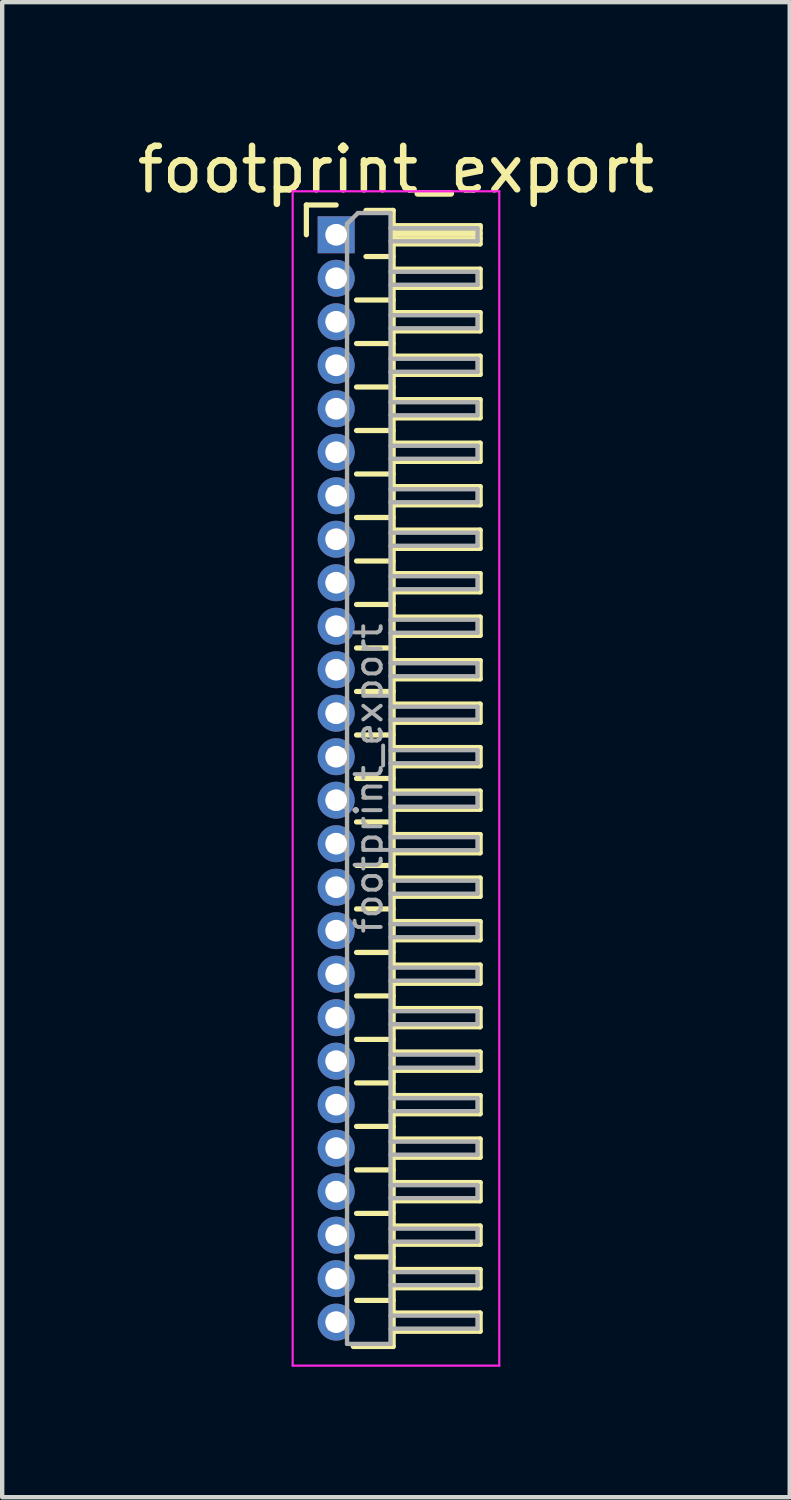
<source format=kicad_pcb>
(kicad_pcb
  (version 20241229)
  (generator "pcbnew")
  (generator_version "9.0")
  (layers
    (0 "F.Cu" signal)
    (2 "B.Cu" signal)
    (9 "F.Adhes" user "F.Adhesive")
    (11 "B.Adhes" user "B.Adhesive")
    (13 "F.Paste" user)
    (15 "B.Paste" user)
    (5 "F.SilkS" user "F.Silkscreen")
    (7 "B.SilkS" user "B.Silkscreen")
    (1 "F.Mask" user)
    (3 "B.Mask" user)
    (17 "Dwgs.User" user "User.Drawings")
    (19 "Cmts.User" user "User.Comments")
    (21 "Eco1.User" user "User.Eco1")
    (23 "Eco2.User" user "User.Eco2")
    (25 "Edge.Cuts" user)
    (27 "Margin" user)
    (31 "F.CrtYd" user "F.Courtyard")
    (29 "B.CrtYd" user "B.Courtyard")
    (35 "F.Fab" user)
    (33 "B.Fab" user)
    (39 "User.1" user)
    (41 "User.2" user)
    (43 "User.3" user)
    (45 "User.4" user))
  (footprint "footprint_export"
    (layer "F.Cu")
    (at 4.679 2.348)
    (property "Reference" "footprint_export" (at 1.375 -1.5 0) (layer "F.SilkS") (effects (font (size 1 1) (thickness 0.15))))
    (attr through_hole)
    (fp_line (start -0.685 -0.685) (end 0 -0.685) (stroke (width 0.12) (type solid)) (layer "F.SilkS"))
    (fp_line (start -0.685 0) (end -0.685 -0.685) (stroke (width 0.12) (type solid)) (layer "F.SilkS"))
    (fp_line (start 0.468 1.5) (end 1.31 1.5) (stroke (width 0.12) (type solid)) (layer "F.SilkS"))
    (fp_line (start 0.468 2.5) (end 1.31 2.5) (stroke (width 0.12) (type solid)) (layer "F.SilkS"))
    (fp_line (start 0.468 3.5) (end 1.31 3.5) (stroke (width 0.12) (type solid)) (layer "F.SilkS"))
    (fp_line (start 0.468 4.5) (end 1.31 4.5) (stroke (width 0.12) (type solid)) (layer "F.SilkS"))
    (fp_line (start 0.468 5.5) (end 1.31 5.5) (stroke (width 0.12) (type solid)) (layer "F.SilkS"))
    (fp_line (start 0.468 6.5) (end 1.31 6.5) (stroke (width 0.12) (type solid)) (layer "F.SilkS"))
    (fp_line (start 0.468 7.5) (end 1.31 7.5) (stroke (width 0.12) (type solid)) (layer "F.SilkS"))
    (fp_line (start 0.468 8.5) (end 1.31 8.5) (stroke (width 0.12) (type solid)) (layer "F.SilkS"))
    (fp_line (start 0.468 9.5) (end 1.31 9.5) (stroke (width 0.12) (type solid)) (layer "F.SilkS"))
    (fp_line (start 0.468 10.5) (end 1.31 10.5) (stroke (width 0.12) (type solid)) (layer "F.SilkS"))
    (fp_line (start 0.468 11.5) (end 1.31 11.5) (stroke (width 0.12) (type solid)) (layer "F.SilkS"))
    (fp_line (start 0.468 12.5) (end 1.31 12.5) (stroke (width 0.12) (type solid)) (layer "F.SilkS"))
    (fp_line (start 0.468 13.5) (end 1.31 13.5) (stroke (width 0.12) (type solid)) (layer "F.SilkS"))
    (fp_line (start 0.468 14.5) (end 1.31 14.5) (stroke (width 0.12) (type solid)) (layer "F.SilkS"))
    (fp_line (start 0.468 15.5) (end 1.31 15.5) (stroke (width 0.12) (type solid)) (layer "F.SilkS"))
    (fp_line (start 0.468 16.5) (end 1.31 16.5) (stroke (width 0.12) (type solid)) (layer "F.SilkS"))
    (fp_line (start 0.468 17.5) (end 1.31 17.5) (stroke (width 0.12) (type solid)) (layer "F.SilkS"))
    (fp_line (start 0.468 18.5) (end 1.31 18.5) (stroke (width 0.12) (type solid)) (layer "F.SilkS"))
    (fp_line (start 0.468 19.5) (end 1.31 19.5) (stroke (width 0.12) (type solid)) (layer "F.SilkS"))
    (fp_line (start 0.468 20.5) (end 1.31 20.5) (stroke (width 0.12) (type solid)) (layer "F.SilkS"))
    (fp_line (start 0.468 21.5) (end 1.31 21.5) (stroke (width 0.12) (type solid)) (layer "F.SilkS"))
    (fp_line (start 0.468 22.5) (end 1.31 22.5) (stroke (width 0.12) (type solid)) (layer "F.SilkS"))
    (fp_line (start 0.468 23.5) (end 1.31 23.5) (stroke (width 0.12) (type solid)) (layer "F.SilkS"))
    (fp_line (start 0.468 24.5) (end 1.31 24.5) (stroke (width 0.12) (type solid)) (layer "F.SilkS"))
    (fp_line (start 0.685 -0.56) (end 1.31 -0.56) (stroke (width 0.12) (type solid)) (layer "F.SilkS"))
    (fp_line (start 0.685 0.5) (end 1.31 0.5) (stroke (width 0.12) (type solid)) (layer "F.SilkS"))
    (fp_line (start 1.31 -0.56) (end 1.31 25.56) (stroke (width 0.12) (type solid)) (layer "F.SilkS"))
    (fp_line (start 1.31 -0.21) (end 3.31 -0.21) (stroke (width 0.12) (type solid)) (layer "F.SilkS"))
    (fp_line (start 1.31 -0.15) (end 3.31 -0.15) (stroke (width 0.12) (type solid)) (layer "F.SilkS"))
    (fp_line (start 1.31 -0.03) (end 3.31 -0.03) (stroke (width 0.12) (type solid)) (layer "F.SilkS"))
    (fp_line (start 1.31 0.09) (end 3.31 0.09) (stroke (width 0.12) (type solid)) (layer "F.SilkS"))
    (fp_line (start 1.31 0.79) (end 3.31 0.79) (stroke (width 0.12) (type solid)) (layer "F.SilkS"))
    (fp_line (start 1.31 1.79) (end 3.31 1.79) (stroke (width 0.12) (type solid)) (layer "F.SilkS"))
    (fp_line (start 1.31 2.79) (end 3.31 2.79) (stroke (width 0.12) (type solid)) (layer "F.SilkS"))
    (fp_line (start 1.31 3.79) (end 3.31 3.79) (stroke (width 0.12) (type solid)) (layer "F.SilkS"))
    (fp_line (start 1.31 4.79) (end 3.31 4.79) (stroke (width 0.12) (type solid)) (layer "F.SilkS"))
    (fp_line (start 1.31 5.79) (end 3.31 5.79) (stroke (width 0.12) (type solid)) (layer "F.SilkS"))
    (fp_line (start 1.31 6.79) (end 3.31 6.79) (stroke (width 0.12) (type solid)) (layer "F.SilkS"))
    (fp_line (start 1.31 7.79) (end 3.31 7.79) (stroke (width 0.12) (type solid)) (layer "F.SilkS"))
    (fp_line (start 1.31 8.79) (end 3.31 8.79) (stroke (width 0.12) (type solid)) (layer "F.SilkS"))
    (fp_line (start 1.31 9.79) (end 3.31 9.79) (stroke (width 0.12) (type solid)) (layer "F.SilkS"))
    (fp_line (start 1.31 10.79) (end 3.31 10.79) (stroke (width 0.12) (type solid)) (layer "F.SilkS"))
    (fp_line (start 1.31 11.79) (end 3.31 11.79) (stroke (width 0.12) (type solid)) (layer "F.SilkS"))
    (fp_line (start 1.31 12.79) (end 3.31 12.79) (stroke (width 0.12) (type solid)) (layer "F.SilkS"))
    (fp_line (start 1.31 13.79) (end 3.31 13.79) (stroke (width 0.12) (type solid)) (layer "F.SilkS"))
    (fp_line (start 1.31 14.79) (end 3.31 14.79) (stroke (width 0.12) (type solid)) (layer "F.SilkS"))
    (fp_line (start 1.31 15.79) (end 3.31 15.79) (stroke (width 0.12) (type solid)) (layer "F.SilkS"))
    (fp_line (start 1.31 16.79) (end 3.31 16.79) (stroke (width 0.12) (type solid)) (layer "F.SilkS"))
    (fp_line (start 1.31 17.79) (end 3.31 17.79) (stroke (width 0.12) (type solid)) (layer "F.SilkS"))
    (fp_line (start 1.31 18.79) (end 3.31 18.79) (stroke (width 0.12) (type solid)) (layer "F.SilkS"))
    (fp_line (start 1.31 19.79) (end 3.31 19.79) (stroke (width 0.12) (type solid)) (layer "F.SilkS"))
    (fp_line (start 1.31 20.79) (end 3.31 20.79) (stroke (width 0.12) (type solid)) (layer "F.SilkS"))
    (fp_line (start 1.31 21.79) (end 3.31 21.79) (stroke (width 0.12) (type solid)) (layer "F.SilkS"))
    (fp_line (start 1.31 22.79) (end 3.31 22.79) (stroke (width 0.12) (type solid)) (layer "F.SilkS"))
    (fp_line (start 1.31 23.79) (end 3.31 23.79) (stroke (width 0.12) (type solid)) (layer "F.SilkS"))
    (fp_line (start 1.31 24.79) (end 3.31 24.79) (stroke (width 0.12) (type solid)) (layer "F.SilkS"))
    (fp_line (start 1.31 25.56) (end 0.394 25.56) (stroke (width 0.12) (type solid)) (layer "F.SilkS"))
    (fp_line (start 3.31 -0.21) (end 3.31 0.21) (stroke (width 0.12) (type solid)) (layer "F.SilkS"))
    (fp_line (start 3.31 0.21) (end 1.31 0.21) (stroke (width 0.12) (type solid)) (layer "F.SilkS"))
    (fp_line (start 3.31 0.79) (end 3.31 1.21) (stroke (width 0.12) (type solid)) (layer "F.SilkS"))
    (fp_line (start 3.31 1.21) (end 1.31 1.21) (stroke (width 0.12) (type solid)) (layer "F.SilkS"))
    (fp_line (start 3.31 1.79) (end 3.31 2.21) (stroke (width 0.12) (type solid)) (layer "F.SilkS"))
    (fp_line (start 3.31 2.21) (end 1.31 2.21) (stroke (width 0.12) (type solid)) (layer "F.SilkS"))
    (fp_line (start 3.31 2.79) (end 3.31 3.21) (stroke (width 0.12) (type solid)) (layer "F.SilkS"))
    (fp_line (start 3.31 3.21) (end 1.31 3.21) (stroke (width 0.12) (type solid)) (layer "F.SilkS"))
    (fp_line (start 3.31 3.79) (end 3.31 4.21) (stroke (width 0.12) (type solid)) (layer "F.SilkS"))
    (fp_line (start 3.31 4.21) (end 1.31 4.21) (stroke (width 0.12) (type solid)) (layer "F.SilkS"))
    (fp_line (start 3.31 4.79) (end 3.31 5.21) (stroke (width 0.12) (type solid)) (layer "F.SilkS"))
    (fp_line (start 3.31 5.21) (end 1.31 5.21) (stroke (width 0.12) (type solid)) (layer "F.SilkS"))
    (fp_line (start 3.31 5.79) (end 3.31 6.21) (stroke (width 0.12) (type solid)) (layer "F.SilkS"))
    (fp_line (start 3.31 6.21) (end 1.31 6.21) (stroke (width 0.12) (type solid)) (layer "F.SilkS"))
    (fp_line (start 3.31 6.79) (end 3.31 7.21) (stroke (width 0.12) (type solid)) (layer "F.SilkS"))
    (fp_line (start 3.31 7.21) (end 1.31 7.21) (stroke (width 0.12) (type solid)) (layer "F.SilkS"))
    (fp_line (start 3.31 7.79) (end 3.31 8.21) (stroke (width 0.12) (type solid)) (layer "F.SilkS"))
    (fp_line (start 3.31 8.21) (end 1.31 8.21) (stroke (width 0.12) (type solid)) (layer "F.SilkS"))
    (fp_line (start 3.31 8.79) (end 3.31 9.21) (stroke (width 0.12) (type solid)) (layer "F.SilkS"))
    (fp_line (start 3.31 9.21) (end 1.31 9.21) (stroke (width 0.12) (type solid)) (layer "F.SilkS"))
    (fp_line (start 3.31 9.79) (end 3.31 10.21) (stroke (width 0.12) (type solid)) (layer "F.SilkS"))
    (fp_line (start 3.31 10.21) (end 1.31 10.21) (stroke (width 0.12) (type solid)) (layer "F.SilkS"))
    (fp_line (start 3.31 10.79) (end 3.31 11.21) (stroke (width 0.12) (type solid)) (layer "F.SilkS"))
    (fp_line (start 3.31 11.21) (end 1.31 11.21) (stroke (width 0.12) (type solid)) (layer "F.SilkS"))
    (fp_line (start 3.31 11.79) (end 3.31 12.21) (stroke (width 0.12) (type solid)) (layer "F.SilkS"))
    (fp_line (start 3.31 12.21) (end 1.31 12.21) (stroke (width 0.12) (type solid)) (layer "F.SilkS"))
    (fp_line (start 3.31 12.79) (end 3.31 13.21) (stroke (width 0.12) (type solid)) (layer "F.SilkS"))
    (fp_line (start 3.31 13.21) (end 1.31 13.21) (stroke (width 0.12) (type solid)) (layer "F.SilkS"))
    (fp_line (start 3.31 13.79) (end 3.31 14.21) (stroke (width 0.12) (type solid)) (layer "F.SilkS"))
    (fp_line (start 3.31 14.21) (end 1.31 14.21) (stroke (width 0.12) (type solid)) (layer "F.SilkS"))
    (fp_line (start 3.31 14.79) (end 3.31 15.21) (stroke (width 0.12) (type solid)) (layer "F.SilkS"))
    (fp_line (start 3.31 15.21) (end 1.31 15.21) (stroke (width 0.12) (type solid)) (layer "F.SilkS"))
    (fp_line (start 3.31 15.79) (end 3.31 16.21) (stroke (width 0.12) (type solid)) (layer "F.SilkS"))
    (fp_line (start 3.31 16.21) (end 1.31 16.21) (stroke (width 0.12) (type solid)) (layer "F.SilkS"))
    (fp_line (start 3.31 16.79) (end 3.31 17.21) (stroke (width 0.12) (type solid)) (layer "F.SilkS"))
    (fp_line (start 3.31 17.21) (end 1.31 17.21) (stroke (width 0.12) (type solid)) (layer "F.SilkS"))
    (fp_line (start 3.31 17.79) (end 3.31 18.21) (stroke (width 0.12) (type solid)) (layer "F.SilkS"))
    (fp_line (start 3.31 18.21) (end 1.31 18.21) (stroke (width 0.12) (type solid)) (layer "F.SilkS"))
    (fp_line (start 3.31 18.79) (end 3.31 19.21) (stroke (width 0.12) (type solid)) (layer "F.SilkS"))
    (fp_line (start 3.31 19.21) (end 1.31 19.21) (stroke (width 0.12) (type solid)) (layer "F.SilkS"))
    (fp_line (start 3.31 19.79) (end 3.31 20.21) (stroke (width 0.12) (type solid)) (layer "F.SilkS"))
    (fp_line (start 3.31 20.21) (end 1.31 20.21) (stroke (width 0.12) (type solid)) (layer "F.SilkS"))
    (fp_line (start 3.31 20.79) (end 3.31 21.21) (stroke (width 0.12) (type solid)) (layer "F.SilkS"))
    (fp_line (start 3.31 21.21) (end 1.31 21.21) (stroke (width 0.12) (type solid)) (layer "F.SilkS"))
    (fp_line (start 3.31 21.79) (end 3.31 22.21) (stroke (width 0.12) (type solid)) (layer "F.SilkS"))
    (fp_line (start 3.31 22.21) (end 1.31 22.21) (stroke (width 0.12) (type solid)) (layer "F.SilkS"))
    (fp_line (start 3.31 22.79) (end 3.31 23.21) (stroke (width 0.12) (type solid)) (layer "F.SilkS"))
    (fp_line (start 3.31 23.21) (end 1.31 23.21) (stroke (width 0.12) (type solid)) (layer "F.SilkS"))
    (fp_line (start 3.31 23.79) (end 3.31 24.21) (stroke (width 0.12) (type solid)) (layer "F.SilkS"))
    (fp_line (start 3.31 24.21) (end 1.31 24.21) (stroke (width 0.12) (type solid)) (layer "F.SilkS"))
    (fp_line (start 3.31 24.79) (end 3.31 25.21) (stroke (width 0.12) (type solid)) (layer "F.SilkS"))
    (fp_line (start 3.31 25.21) (end 1.31 25.21) (stroke (width 0.12) (type solid)) (layer "F.SilkS"))
    (fp_line (start -1 -1) (end -1 26) (stroke (width 0.05) (type solid)) (layer "F.CrtYd"))
    (fp_line (start -1 26) (end 3.75 26) (stroke (width 0.05) (type solid)) (layer "F.CrtYd"))
    (fp_line (start 3.75 -1) (end -1 -1) (stroke (width 0.05) (type solid)) (layer "F.CrtYd"))
    (fp_line (start 3.75 26) (end 3.75 -1) (stroke (width 0.05) (type solid)) (layer "F.CrtYd"))
    (fp_line (start -0.15 -0.15) (end -0.15 0.15) (stroke (width 0.1) (type solid)) (layer "F.Fab"))
    (fp_line (start -0.15 -0.15) (end 0.25 -0.15) (stroke (width 0.1) (type solid)) (layer "F.Fab"))
    (fp_line (start -0.15 0.15) (end 0.25 0.15) (stroke (width 0.1) (type solid)) (layer "F.Fab"))
    (fp_line (start -0.15 0.85) (end -0.15 1.15) (stroke (width 0.1) (type solid)) (layer "F.Fab"))
    (fp_line (start -0.15 0.85) (end 0.25 0.85) (stroke (width 0.1) (type solid)) (layer "F.Fab"))
    (fp_line (start -0.15 1.15) (end 0.25 1.15) (stroke (width 0.1) (type solid)) (layer "F.Fab"))
    (fp_line (start -0.15 1.85) (end -0.15 2.15) (stroke (width 0.1) (type solid)) (layer "F.Fab"))
    (fp_line (start -0.15 1.85) (end 0.25 1.85) (stroke (width 0.1) (type solid)) (layer "F.Fab"))
    (fp_line (start -0.15 2.15) (end 0.25 2.15) (stroke (width 0.1) (type solid)) (layer "F.Fab"))
    (fp_line (start -0.15 2.85) (end -0.15 3.15) (stroke (width 0.1) (type solid)) (layer "F.Fab"))
    (fp_line (start -0.15 2.85) (end 0.25 2.85) (stroke (width 0.1) (type solid)) (layer "F.Fab"))
    (fp_line (start -0.15 3.15) (end 0.25 3.15) (stroke (width 0.1) (type solid)) (layer "F.Fab"))
    (fp_line (start -0.15 3.85) (end -0.15 4.15) (stroke (width 0.1) (type solid)) (layer "F.Fab"))
    (fp_line (start -0.15 3.85) (end 0.25 3.85) (stroke (width 0.1) (type solid)) (layer "F.Fab"))
    (fp_line (start -0.15 4.15) (end 0.25 4.15) (stroke (width 0.1) (type solid)) (layer "F.Fab"))
    (fp_line (start -0.15 4.85) (end -0.15 5.15) (stroke (width 0.1) (type solid)) (layer "F.Fab"))
    (fp_line (start -0.15 4.85) (end 0.25 4.85) (stroke (width 0.1) (type solid)) (layer "F.Fab"))
    (fp_line (start -0.15 5.15) (end 0.25 5.15) (stroke (width 0.1) (type solid)) (layer "F.Fab"))
    (fp_line (start -0.15 5.85) (end -0.15 6.15) (stroke (width 0.1) (type solid)) (layer "F.Fab"))
    (fp_line (start -0.15 5.85) (end 0.25 5.85) (stroke (width 0.1) (type solid)) (layer "F.Fab"))
    (fp_line (start -0.15 6.15) (end 0.25 6.15) (stroke (width 0.1) (type solid)) (layer "F.Fab"))
    (fp_line (start -0.15 6.85) (end -0.15 7.15) (stroke (width 0.1) (type solid)) (layer "F.Fab"))
    (fp_line (start -0.15 6.85) (end 0.25 6.85) (stroke (width 0.1) (type solid)) (layer "F.Fab"))
    (fp_line (start -0.15 7.15) (end 0.25 7.15) (stroke (width 0.1) (type solid)) (layer "F.Fab"))
    (fp_line (start -0.15 7.85) (end -0.15 8.15) (stroke (width 0.1) (type solid)) (layer "F.Fab"))
    (fp_line (start -0.15 7.85) (end 0.25 7.85) (stroke (width 0.1) (type solid)) (layer "F.Fab"))
    (fp_line (start -0.15 8.15) (end 0.25 8.15) (stroke (width 0.1) (type solid)) (layer "F.Fab"))
    (fp_line (start -0.15 8.85) (end -0.15 9.15) (stroke (width 0.1) (type solid)) (layer "F.Fab"))
    (fp_line (start -0.15 8.85) (end 0.25 8.85) (stroke (width 0.1) (type solid)) (layer "F.Fab"))
    (fp_line (start -0.15 9.15) (end 0.25 9.15) (stroke (width 0.1) (type solid)) (layer "F.Fab"))
    (fp_line (start -0.15 9.85) (end -0.15 10.15) (stroke (width 0.1) (type solid)) (layer "F.Fab"))
    (fp_line (start -0.15 9.85) (end 0.25 9.85) (stroke (width 0.1) (type solid)) (layer "F.Fab"))
    (fp_line (start -0.15 10.15) (end 0.25 10.15) (stroke (width 0.1) (type solid)) (layer "F.Fab"))
    (fp_line (start -0.15 10.85) (end -0.15 11.15) (stroke (width 0.1) (type solid)) (layer "F.Fab"))
    (fp_line (start -0.15 10.85) (end 0.25 10.85) (stroke (width 0.1) (type solid)) (layer "F.Fab"))
    (fp_line (start -0.15 11.15) (end 0.25 11.15) (stroke (width 0.1) (type solid)) (layer "F.Fab"))
    (fp_line (start -0.15 11.85) (end -0.15 12.15) (stroke (width 0.1) (type solid)) (layer "F.Fab"))
    (fp_line (start -0.15 11.85) (end 0.25 11.85) (stroke (width 0.1) (type solid)) (layer "F.Fab"))
    (fp_line (start -0.15 12.15) (end 0.25 12.15) (stroke (width 0.1) (type solid)) (layer "F.Fab"))
    (fp_line (start -0.15 12.85) (end -0.15 13.15) (stroke (width 0.1) (type solid)) (layer "F.Fab"))
    (fp_line (start -0.15 12.85) (end 0.25 12.85) (stroke (width 0.1) (type solid)) (layer "F.Fab"))
    (fp_line (start -0.15 13.15) (end 0.25 13.15) (stroke (width 0.1) (type solid)) (layer "F.Fab"))
    (fp_line (start -0.15 13.85) (end -0.15 14.15) (stroke (width 0.1) (type solid)) (layer "F.Fab"))
    (fp_line (start -0.15 13.85) (end 0.25 13.85) (stroke (width 0.1) (type solid)) (layer "F.Fab"))
    (fp_line (start -0.15 14.15) (end 0.25 14.15) (stroke (width 0.1) (type solid)) (layer "F.Fab"))
    (fp_line (start -0.15 14.85) (end -0.15 15.15) (stroke (width 0.1) (type solid)) (layer "F.Fab"))
    (fp_line (start -0.15 14.85) (end 0.25 14.85) (stroke (width 0.1) (type solid)) (layer "F.Fab"))
    (fp_line (start -0.15 15.15) (end 0.25 15.15) (stroke (width 0.1) (type solid)) (layer "F.Fab"))
    (fp_line (start -0.15 15.85) (end -0.15 16.15) (stroke (width 0.1) (type solid)) (layer "F.Fab"))
    (fp_line (start -0.15 15.85) (end 0.25 15.85) (stroke (width 0.1) (type solid)) (layer "F.Fab"))
    (fp_line (start -0.15 16.15) (end 0.25 16.15) (stroke (width 0.1) (type solid)) (layer "F.Fab"))
    (fp_line (start -0.15 16.85) (end -0.15 17.15) (stroke (width 0.1) (type solid)) (layer "F.Fab"))
    (fp_line (start -0.15 16.85) (end 0.25 16.85) (stroke (width 0.1) (type solid)) (layer "F.Fab"))
    (fp_line (start -0.15 17.15) (end 0.25 17.15) (stroke (width 0.1) (type solid)) (layer "F.Fab"))
    (fp_line (start -0.15 17.85) (end -0.15 18.15) (stroke (width 0.1) (type solid)) (layer "F.Fab"))
    (fp_line (start -0.15 17.85) (end 0.25 17.85) (stroke (width 0.1) (type solid)) (layer "F.Fab"))
    (fp_line (start -0.15 18.15) (end 0.25 18.15) (stroke (width 0.1) (type solid)) (layer "F.Fab"))
    (fp_line (start -0.15 18.85) (end -0.15 19.15) (stroke (width 0.1) (type solid)) (layer "F.Fab"))
    (fp_line (start -0.15 18.85) (end 0.25 18.85) (stroke (width 0.1) (type solid)) (layer "F.Fab"))
    (fp_line (start -0.15 19.15) (end 0.25 19.15) (stroke (width 0.1) (type solid)) (layer "F.Fab"))
    (fp_line (start -0.15 19.85) (end -0.15 20.15) (stroke (width 0.1) (type solid)) (layer "F.Fab"))
    (fp_line (start -0.15 19.85) (end 0.25 19.85) (stroke (width 0.1) (type solid)) (layer "F.Fab"))
    (fp_line (start -0.15 20.15) (end 0.25 20.15) (stroke (width 0.1) (type solid)) (layer "F.Fab"))
    (fp_line (start -0.15 20.85) (end -0.15 21.15) (stroke (width 0.1) (type solid)) (layer "F.Fab"))
    (fp_line (start -0.15 20.85) (end 0.25 20.85) (stroke (width 0.1) (type solid)) (layer "F.Fab"))
    (fp_line (start -0.15 21.15) (end 0.25 21.15) (stroke (width 0.1) (type solid)) (layer "F.Fab"))
    (fp_line (start -0.15 21.85) (end -0.15 22.15) (stroke (width 0.1) (type solid)) (layer "F.Fab"))
    (fp_line (start -0.15 21.85) (end 0.25 21.85) (stroke (width 0.1) (type solid)) (layer "F.Fab"))
    (fp_line (start -0.15 22.15) (end 0.25 22.15) (stroke (width 0.1) (type solid)) (layer "F.Fab"))
    (fp_line (start -0.15 22.85) (end -0.15 23.15) (stroke (width 0.1) (type solid)) (layer "F.Fab"))
    (fp_line (start -0.15 22.85) (end 0.25 22.85) (stroke (width 0.1) (type solid)) (layer "F.Fab"))
    (fp_line (start -0.15 23.15) (end 0.25 23.15) (stroke (width 0.1) (type solid)) (layer "F.Fab"))
    (fp_line (start -0.15 23.85) (end -0.15 24.15) (stroke (width 0.1) (type solid)) (layer "F.Fab"))
    (fp_line (start -0.15 23.85) (end 0.25 23.85) (stroke (width 0.1) (type solid)) (layer "F.Fab"))
    (fp_line (start -0.15 24.15) (end 0.25 24.15) (stroke (width 0.1) (type solid)) (layer "F.Fab"))
    (fp_line (start -0.15 24.85) (end -0.15 25.15) (stroke (width 0.1) (type solid)) (layer "F.Fab"))
    (fp_line (start -0.15 24.85) (end 0.25 24.85) (stroke (width 0.1) (type solid)) (layer "F.Fab"))
    (fp_line (start -0.15 25.15) (end 0.25 25.15) (stroke (width 0.1) (type solid)) (layer "F.Fab"))
    (fp_line (start 0.25 -0.25) (end 0.5 -0.5) (stroke (width 0.1) (type solid)) (layer "F.Fab"))
    (fp_line (start 0.25 25.5) (end 0.25 -0.25) (stroke (width 0.1) (type solid)) (layer "F.Fab"))
    (fp_line (start 0.5 -0.5) (end 1.25 -0.5) (stroke (width 0.1) (type solid)) (layer "F.Fab"))
    (fp_line (start 1.25 -0.5) (end 1.25 25.5) (stroke (width 0.1) (type solid)) (layer "F.Fab"))
    (fp_line (start 1.25 -0.15) (end 3.25 -0.15) (stroke (width 0.1) (type solid)) (layer "F.Fab"))
    (fp_line (start 1.25 0.15) (end 3.25 0.15) (stroke (width 0.1) (type solid)) (layer "F.Fab"))
    (fp_line (start 1.25 0.85) (end 3.25 0.85) (stroke (width 0.1) (type solid)) (layer "F.Fab"))
    (fp_line (start 1.25 1.15) (end 3.25 1.15) (stroke (width 0.1) (type solid)) (layer "F.Fab"))
    (fp_line (start 1.25 1.85) (end 3.25 1.85) (stroke (width 0.1) (type solid)) (layer "F.Fab"))
    (fp_line (start 1.25 2.15) (end 3.25 2.15) (stroke (width 0.1) (type solid)) (layer "F.Fab"))
    (fp_line (start 1.25 2.85) (end 3.25 2.85) (stroke (width 0.1) (type solid)) (layer "F.Fab"))
    (fp_line (start 1.25 3.15) (end 3.25 3.15) (stroke (width 0.1) (type solid)) (layer "F.Fab"))
    (fp_line (start 1.25 3.85) (end 3.25 3.85) (stroke (width 0.1) (type solid)) (layer "F.Fab"))
    (fp_line (start 1.25 4.15) (end 3.25 4.15) (stroke (width 0.1) (type solid)) (layer "F.Fab"))
    (fp_line (start 1.25 4.85) (end 3.25 4.85) (stroke (width 0.1) (type solid)) (layer "F.Fab"))
    (fp_line (start 1.25 5.15) (end 3.25 5.15) (stroke (width 0.1) (type solid)) (layer "F.Fab"))
    (fp_line (start 1.25 5.85) (end 3.25 5.85) (stroke (width 0.1) (type solid)) (layer "F.Fab"))
    (fp_line (start 1.25 6.15) (end 3.25 6.15) (stroke (width 0.1) (type solid)) (layer "F.Fab"))
    (fp_line (start 1.25 6.85) (end 3.25 6.85) (stroke (width 0.1) (type solid)) (layer "F.Fab"))
    (fp_line (start 1.25 7.15) (end 3.25 7.15) (stroke (width 0.1) (type solid)) (layer "F.Fab"))
    (fp_line (start 1.25 7.85) (end 3.25 7.85) (stroke (width 0.1) (type solid)) (layer "F.Fab"))
    (fp_line (start 1.25 8.15) (end 3.25 8.15) (stroke (width 0.1) (type solid)) (layer "F.Fab"))
    (fp_line (start 1.25 8.85) (end 3.25 8.85) (stroke (width 0.1) (type solid)) (layer "F.Fab"))
    (fp_line (start 1.25 9.15) (end 3.25 9.15) (stroke (width 0.1) (type solid)) (layer "F.Fab"))
    (fp_line (start 1.25 9.85) (end 3.25 9.85) (stroke (width 0.1) (type solid)) (layer "F.Fab"))
    (fp_line (start 1.25 10.15) (end 3.25 10.15) (stroke (width 0.1) (type solid)) (layer "F.Fab"))
    (fp_line (start 1.25 10.85) (end 3.25 10.85) (stroke (width 0.1) (type solid)) (layer "F.Fab"))
    (fp_line (start 1.25 11.15) (end 3.25 11.15) (stroke (width 0.1) (type solid)) (layer "F.Fab"))
    (fp_line (start 1.25 11.85) (end 3.25 11.85) (stroke (width 0.1) (type solid)) (layer "F.Fab"))
    (fp_line (start 1.25 12.15) (end 3.25 12.15) (stroke (width 0.1) (type solid)) (layer "F.Fab"))
    (fp_line (start 1.25 12.85) (end 3.25 12.85) (stroke (width 0.1) (type solid)) (layer "F.Fab"))
    (fp_line (start 1.25 13.15) (end 3.25 13.15) (stroke (width 0.1) (type solid)) (layer "F.Fab"))
    (fp_line (start 1.25 13.85) (end 3.25 13.85) (stroke (width 0.1) (type solid)) (layer "F.Fab"))
    (fp_line (start 1.25 14.15) (end 3.25 14.15) (stroke (width 0.1) (type solid)) (layer "F.Fab"))
    (fp_line (start 1.25 14.85) (end 3.25 14.85) (stroke (width 0.1) (type solid)) (layer "F.Fab"))
    (fp_line (start 1.25 15.15) (end 3.25 15.15) (stroke (width 0.1) (type solid)) (layer "F.Fab"))
    (fp_line (start 1.25 15.85) (end 3.25 15.85) (stroke (width 0.1) (type solid)) (layer "F.Fab"))
    (fp_line (start 1.25 16.15) (end 3.25 16.15) (stroke (width 0.1) (type solid)) (layer "F.Fab"))
    (fp_line (start 1.25 16.85) (end 3.25 16.85) (stroke (width 0.1) (type solid)) (layer "F.Fab"))
    (fp_line (start 1.25 17.15) (end 3.25 17.15) (stroke (width 0.1) (type solid)) (layer "F.Fab"))
    (fp_line (start 1.25 17.85) (end 3.25 17.85) (stroke (width 0.1) (type solid)) (layer "F.Fab"))
    (fp_line (start 1.25 18.15) (end 3.25 18.15) (stroke (width 0.1) (type solid)) (layer "F.Fab"))
    (fp_line (start 1.25 18.85) (end 3.25 18.85) (stroke (width 0.1) (type solid)) (layer "F.Fab"))
    (fp_line (start 1.25 19.15) (end 3.25 19.15) (stroke (width 0.1) (type solid)) (layer "F.Fab"))
    (fp_line (start 1.25 19.85) (end 3.25 19.85) (stroke (width 0.1) (type solid)) (layer "F.Fab"))
    (fp_line (start 1.25 20.15) (end 3.25 20.15) (stroke (width 0.1) (type solid)) (layer "F.Fab"))
    (fp_line (start 1.25 20.85) (end 3.25 20.85) (stroke (width 0.1) (type solid)) (layer "F.Fab"))
    (fp_line (start 1.25 21.15) (end 3.25 21.15) (stroke (width 0.1) (type solid)) (layer "F.Fab"))
    (fp_line (start 1.25 21.85) (end 3.25 21.85) (stroke (width 0.1) (type solid)) (layer "F.Fab"))
    (fp_line (start 1.25 22.15) (end 3.25 22.15) (stroke (width 0.1) (type solid)) (layer "F.Fab"))
    (fp_line (start 1.25 22.85) (end 3.25 22.85) (stroke (width 0.1) (type solid)) (layer "F.Fab"))
    (fp_line (start 1.25 23.15) (end 3.25 23.15) (stroke (width 0.1) (type solid)) (layer "F.Fab"))
    (fp_line (start 1.25 23.85) (end 3.25 23.85) (stroke (width 0.1) (type solid)) (layer "F.Fab"))
    (fp_line (start 1.25 24.15) (end 3.25 24.15) (stroke (width 0.1) (type solid)) (layer "F.Fab"))
    (fp_line (start 1.25 24.85) (end 3.25 24.85) (stroke (width 0.1) (type solid)) (layer "F.Fab"))
    (fp_line (start 1.25 25.15) (end 3.25 25.15) (stroke (width 0.1) (type solid)) (layer "F.Fab"))
    (fp_line (start 1.25 25.5) (end 0.25 25.5) (stroke (width 0.1) (type solid)) (layer "F.Fab"))
    (fp_line (start 3.25 -0.15) (end 3.25 0.15) (stroke (width 0.1) (type solid)) (layer "F.Fab"))
    (fp_line (start 3.25 0.85) (end 3.25 1.15) (stroke (width 0.1) (type solid)) (layer "F.Fab"))
    (fp_line (start 3.25 1.85) (end 3.25 2.15) (stroke (width 0.1) (type solid)) (layer "F.Fab"))
    (fp_line (start 3.25 2.85) (end 3.25 3.15) (stroke (width 0.1) (type solid)) (layer "F.Fab"))
    (fp_line (start 3.25 3.85) (end 3.25 4.15) (stroke (width 0.1) (type solid)) (layer "F.Fab"))
    (fp_line (start 3.25 4.85) (end 3.25 5.15) (stroke (width 0.1) (type solid)) (layer "F.Fab"))
    (fp_line (start 3.25 5.85) (end 3.25 6.15) (stroke (width 0.1) (type solid)) (layer "F.Fab"))
    (fp_line (start 3.25 6.85) (end 3.25 7.15) (stroke (width 0.1) (type solid)) (layer "F.Fab"))
    (fp_line (start 3.25 7.85) (end 3.25 8.15) (stroke (width 0.1) (type solid)) (layer "F.Fab"))
    (fp_line (start 3.25 8.85) (end 3.25 9.15) (stroke (width 0.1) (type solid)) (layer "F.Fab"))
    (fp_line (start 3.25 9.85) (end 3.25 10.15) (stroke (width 0.1) (type solid)) (layer "F.Fab"))
    (fp_line (start 3.25 10.85) (end 3.25 11.15) (stroke (width 0.1) (type solid)) (layer "F.Fab"))
    (fp_line (start 3.25 11.85) (end 3.25 12.15) (stroke (width 0.1) (type solid)) (layer "F.Fab"))
    (fp_line (start 3.25 12.85) (end 3.25 13.15) (stroke (width 0.1) (type solid)) (layer "F.Fab"))
    (fp_line (start 3.25 13.85) (end 3.25 14.15) (stroke (width 0.1) (type solid)) (layer "F.Fab"))
    (fp_line (start 3.25 14.85) (end 3.25 15.15) (stroke (width 0.1) (type solid)) (layer "F.Fab"))
    (fp_line (start 3.25 15.85) (end 3.25 16.15) (stroke (width 0.1) (type solid)) (layer "F.Fab"))
    (fp_line (start 3.25 16.85) (end 3.25 17.15) (stroke (width 0.1) (type solid)) (layer "F.Fab"))
    (fp_line (start 3.25 17.85) (end 3.25 18.15) (stroke (width 0.1) (type solid)) (layer "F.Fab"))
    (fp_line (start 3.25 18.85) (end 3.25 19.15) (stroke (width 0.1) (type solid)) (layer "F.Fab"))
    (fp_line (start 3.25 19.85) (end 3.25 20.15) (stroke (width 0.1) (type solid)) (layer "F.Fab"))
    (fp_line (start 3.25 20.85) (end 3.25 21.15) (stroke (width 0.1) (type solid)) (layer "F.Fab"))
    (fp_line (start 3.25 21.85) (end 3.25 22.15) (stroke (width 0.1) (type solid)) (layer "F.Fab"))
    (fp_line (start 3.25 22.85) (end 3.25 23.15) (stroke (width 0.1) (type solid)) (layer "F.Fab"))
    (fp_line (start 3.25 23.85) (end 3.25 24.15) (stroke (width 0.1) (type solid)) (layer "F.Fab"))
    (fp_line (start 3.25 24.85) (end 3.25 25.15) (stroke (width 0.1) (type solid)) (layer "F.Fab"))
    (fp_text user "${REFERENCE}" (at 0.75 12.5 90) (layer "F.Fab") (effects (font (size 0.6 0.6) (thickness 0.09))))
    (pad "1" thru_hole rect (at 0 0) (size 0.85 0.85) (drill 0.5) (layers "*.Cu" "*.Mask"))
    (pad "2" thru_hole oval (at 0 1) (size 0.85 0.85) (drill 0.5) (layers "*.Cu" "*.Mask"))
    (pad "3" thru_hole oval (at 0 2) (size 0.85 0.85) (drill 0.5) (layers "*.Cu" "*.Mask"))
    (pad "4" thru_hole oval (at 0 3) (size 0.85 0.85) (drill 0.5) (layers "*.Cu" "*.Mask"))
    (pad "5" thru_hole oval (at 0 4) (size 0.85 0.85) (drill 0.5) (layers "*.Cu" "*.Mask"))
    (pad "6" thru_hole oval (at 0 5) (size 0.85 0.85) (drill 0.5) (layers "*.Cu" "*.Mask"))
    (pad "7" thru_hole oval (at 0 6) (size 0.85 0.85) (drill 0.5) (layers "*.Cu" "*.Mask"))
    (pad "8" thru_hole oval (at 0 7) (size 0.85 0.85) (drill 0.5) (layers "*.Cu" "*.Mask"))
    (pad "9" thru_hole oval (at 0 8) (size 0.85 0.85) (drill 0.5) (layers "*.Cu" "*.Mask"))
    (pad "10" thru_hole oval (at 0 9) (size 0.85 0.85) (drill 0.5) (layers "*.Cu" "*.Mask"))
    (pad "11" thru_hole oval (at 0 10) (size 0.85 0.85) (drill 0.5) (layers "*.Cu" "*.Mask"))
    (pad "12" thru_hole oval (at 0 11) (size 0.85 0.85) (drill 0.5) (layers "*.Cu" "*.Mask"))
    (pad "13" thru_hole oval (at 0 12) (size 0.85 0.85) (drill 0.5) (layers "*.Cu" "*.Mask"))
    (pad "14" thru_hole oval (at 0 13) (size 0.85 0.85) (drill 0.5) (layers "*.Cu" "*.Mask"))
    (pad "15" thru_hole oval (at 0 14) (size 0.85 0.85) (drill 0.5) (layers "*.Cu" "*.Mask"))
    (pad "16" thru_hole oval (at 0 15) (size 0.85 0.85) (drill 0.5) (layers "*.Cu" "*.Mask"))
    (pad "17" thru_hole oval (at 0 16) (size 0.85 0.85) (drill 0.5) (layers "*.Cu" "*.Mask"))
    (pad "18" thru_hole oval (at 0 17) (size 0.85 0.85) (drill 0.5) (layers "*.Cu" "*.Mask"))
    (pad "19" thru_hole oval (at 0 18) (size 0.85 0.85) (drill 0.5) (layers "*.Cu" "*.Mask"))
    (pad "20" thru_hole oval (at 0 19) (size 0.85 0.85) (drill 0.5) (layers "*.Cu" "*.Mask"))
    (pad "21" thru_hole oval (at 0 20) (size 0.85 0.85) (drill 0.5) (layers "*.Cu" "*.Mask"))
    (pad "22" thru_hole oval (at 0 21) (size 0.85 0.85) (drill 0.5) (layers "*.Cu" "*.Mask"))
    (pad "23" thru_hole oval (at 0 22) (size 0.85 0.85) (drill 0.5) (layers "*.Cu" "*.Mask"))
    (pad "24" thru_hole oval (at 0 23) (size 0.85 0.85) (drill 0.5) (layers "*.Cu" "*.Mask"))
    (pad "25" thru_hole oval (at 0 24) (size 0.85 0.85) (drill 0.5) (layers "*.Cu" "*.Mask"))
    (pad "26" thru_hole oval (at 0 25) (size 0.85 0.85) (drill 0.5) (layers "*.Cu" "*.Mask")))
  (gr_rect
    (start -3 -3)
    (end 15.107 31.373)
    (stroke (width 0.1) (type default))
    (fill no)
    (layer "Edge.Cuts")))
</source>
